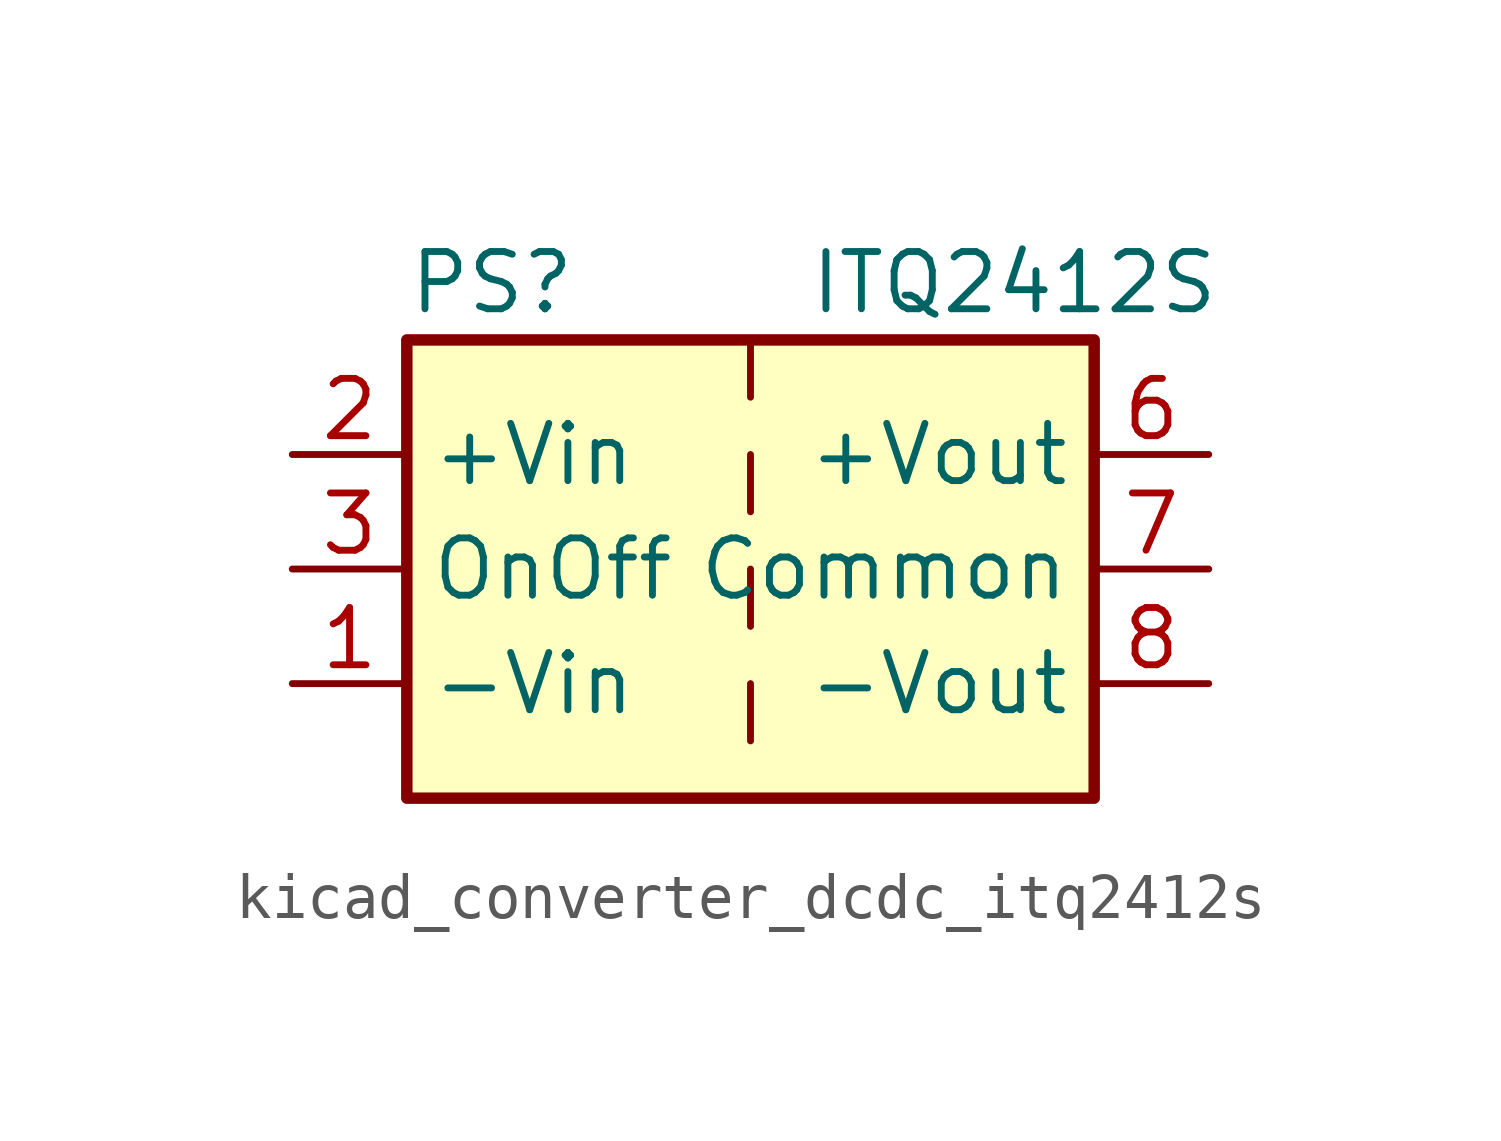
<source format=kicad_sym>
(kicad_symbol_lib
  (version 20220914)
  (generator kicad_symbol_editor)
  (symbol "kicad_converter_dcdc_itq2412s"
    (property "Reference" "PS"
      (at -7.62 6.35 0)
      (effects (font (size 1.27 1.27)) (justify left)))
    (property "Value" "ITQ2412S"
      (at 1.27 6.35 0)
      (effects (font (size 1.27 1.27)) (justify left)))
    (symbol "kicad_converter_dcdc_itq2412s_0_0"
      (pin power_in line (at -10.16 -2.54 0) (length 2.54) (name "-Vin" (effects (font (size 1.27 1.27)))) (number "1" (effects (font (size 1.27 1.27)))))
      (pin power_in line (at -10.16 2.54 0) (length 2.54) (name "+Vin" (effects (font (size 1.27 1.27)))) (number "2" (effects (font (size 1.27 1.27)))))
      (pin input line (at -10.16 0 0) (length 2.54) (name "OnOff" (effects (font (size 1.27 1.27)))) (number "3" (effects (font (size 1.27 1.27)))))
      (pin no_connect line (at 0 5.08 270) (length 2.54) hide (name "NC" (effects (font (size 1.27 1.27)))) (number "5" (effects (font (size 1.27 1.27)))))
      (pin power_out line (at 10.16 2.54 180) (length 2.54) (name "+Vout" (effects (font (size 1.27 1.27)))) (number "6" (effects (font (size 1.27 1.27)))))
      (pin power_out line (at 10.16 0 180) (length 2.54) (name "Common" (effects (font (size 1.27 1.27)))) (number "7" (effects (font (size 1.27 1.27)))))
      (pin power_out line (at 10.16 -2.54 180) (length 2.54) (name "-Vout" (effects (font (size 1.27 1.27)))) (number "8" (effects (font (size 1.27 1.27))))))
    (symbol "kicad_converter_dcdc_itq2412s_0_1"
      (rectangle (start -7.62 5.08) (end 7.62 -5.08) (stroke (width 0.254) (type default)) (fill (type background)))
      (polyline (pts (xy 0 -2.54) (xy 0 -3.81)) (stroke (width 0) (type default)) (fill (type none)))
      (polyline (pts (xy 0 0) (xy 0 -1.27)) (stroke (width 0) (type default)) (fill (type none)))
      (polyline (pts (xy 0 2.54) (xy 0 1.27)) (stroke (width 0) (type default)) (fill (type none)))
      (polyline (pts (xy 0 5.08) (xy 0 3.81)) (stroke (width 0) (type default)) (fill (type none))))))
</source>
